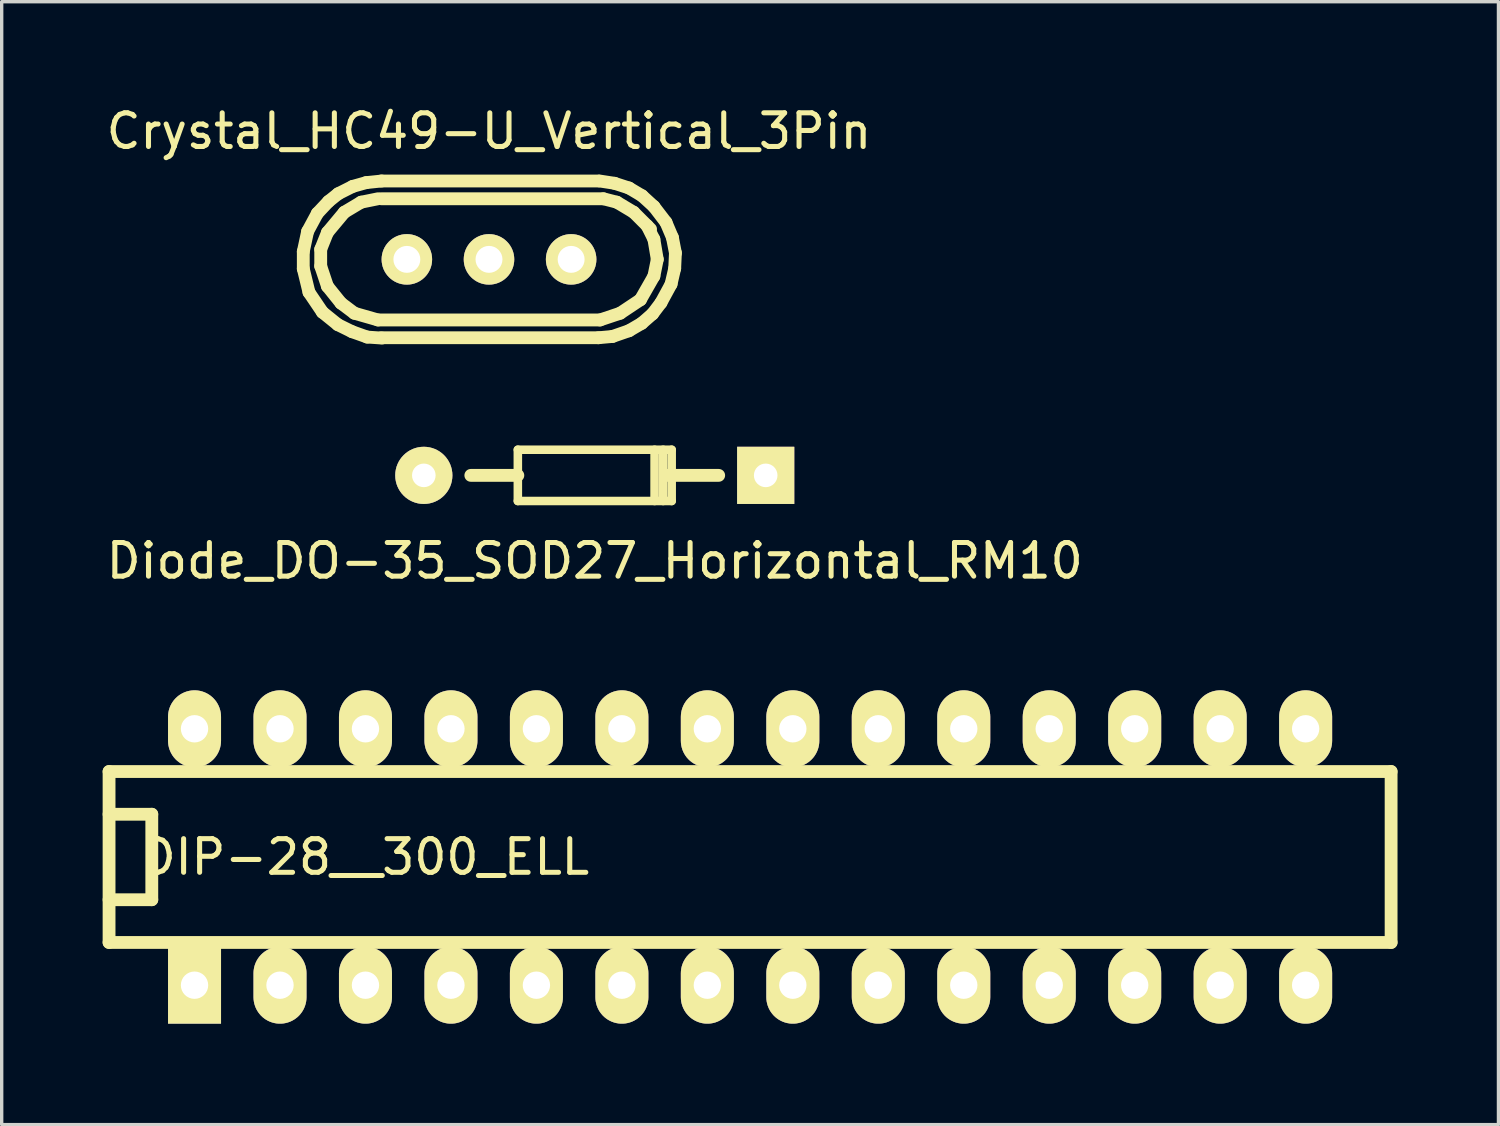
<source format=kicad_pcb>
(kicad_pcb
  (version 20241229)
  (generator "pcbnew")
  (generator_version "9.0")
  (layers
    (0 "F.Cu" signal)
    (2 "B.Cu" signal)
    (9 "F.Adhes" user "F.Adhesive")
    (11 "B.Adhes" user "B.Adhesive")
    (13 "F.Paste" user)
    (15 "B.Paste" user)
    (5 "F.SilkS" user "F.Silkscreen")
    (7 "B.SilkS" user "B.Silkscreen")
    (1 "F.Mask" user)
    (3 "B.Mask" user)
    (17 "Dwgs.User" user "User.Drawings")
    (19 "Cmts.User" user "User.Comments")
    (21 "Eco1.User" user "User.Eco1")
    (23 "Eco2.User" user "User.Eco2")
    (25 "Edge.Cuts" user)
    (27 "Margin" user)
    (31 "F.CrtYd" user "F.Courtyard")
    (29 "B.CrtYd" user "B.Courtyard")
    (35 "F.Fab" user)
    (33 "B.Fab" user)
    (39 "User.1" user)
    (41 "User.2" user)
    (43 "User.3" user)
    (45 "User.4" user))
  (footprint "DIP-28__300_ELL"
    (layer "F.Cu")
    (at 19.241 22.418)
    (property "Reference" "DIP-28__300_ELL" (at -11.43 0 0) (layer "F.SilkS") (effects (font (size 1 1) (thickness 0.15))))
    (attr through_hole)
    (fp_line (start -19.05 -2.54) (end 19.05 -2.54) (stroke (width 0.381) (type solid)) (layer "F.SilkS"))
    (fp_line (start -19.05 -1.27) (end -17.78 -1.27) (stroke (width 0.381) (type solid)) (layer "F.SilkS"))
    (fp_line (start -19.05 2.54) (end -19.05 -2.54) (stroke (width 0.381) (type solid)) (layer "F.SilkS"))
    (fp_line (start -17.78 -1.27) (end -17.78 1.27) (stroke (width 0.381) (type solid)) (layer "F.SilkS"))
    (fp_line (start -17.78 1.27) (end -19.05 1.27) (stroke (width 0.381) (type solid)) (layer "F.SilkS"))
    (fp_line (start 19.05 -2.54) (end 19.05 2.54) (stroke (width 0.381) (type solid)) (layer "F.SilkS"))
    (fp_line (start 19.05 2.54) (end -19.05 2.54) (stroke (width 0.381) (type solid)) (layer "F.SilkS"))
    (pad "1" thru_hole rect (at -16.51 3.81) (size 1.575 2.286) (drill 0.813) (layers "*.Cu" "*.Mask" "F.SilkS"))
    (pad "2" thru_hole oval (at -13.97 3.81) (size 1.575 2.286) (drill 0.813) (layers "*.Cu" "*.Mask" "F.SilkS"))
    (pad "3" thru_hole oval (at -11.43 3.81) (size 1.575 2.286) (drill 0.813) (layers "*.Cu" "*.Mask" "F.SilkS"))
    (pad "4" thru_hole oval (at -8.89 3.81) (size 1.575 2.286) (drill 0.813) (layers "*.Cu" "*.Mask" "F.SilkS"))
    (pad "5" thru_hole oval (at -6.35 3.81) (size 1.575 2.286) (drill 0.813) (layers "*.Cu" "*.Mask" "F.SilkS"))
    (pad "6" thru_hole oval (at -3.81 3.81) (size 1.575 2.286) (drill 0.813) (layers "*.Cu" "*.Mask" "F.SilkS"))
    (pad "7" thru_hole oval (at -1.27 3.81) (size 1.575 2.286) (drill 0.813) (layers "*.Cu" "*.Mask" "F.SilkS"))
    (pad "8" thru_hole oval (at 1.27 3.81) (size 1.575 2.286) (drill 0.813) (layers "*.Cu" "*.Mask" "F.SilkS"))
    (pad "9" thru_hole oval (at 3.81 3.81) (size 1.575 2.286) (drill 0.813) (layers "*.Cu" "*.Mask" "F.SilkS"))
    (pad "10" thru_hole oval (at 6.35 3.81) (size 1.575 2.286) (drill 0.813) (layers "*.Cu" "*.Mask" "F.SilkS"))
    (pad "11" thru_hole oval (at 8.89 3.81) (size 1.575 2.286) (drill 0.813) (layers "*.Cu" "*.Mask" "F.SilkS"))
    (pad "12" thru_hole oval (at 11.43 3.81) (size 1.575 2.286) (drill 0.813) (layers "*.Cu" "*.Mask" "F.SilkS"))
    (pad "13" thru_hole oval (at 13.97 3.81) (size 1.575 2.286) (drill 0.813) (layers "*.Cu" "*.Mask" "F.SilkS"))
    (pad "14" thru_hole oval (at 16.51 3.81) (size 1.575 2.286) (drill 0.813) (layers "*.Cu" "*.Mask" "F.SilkS"))
    (pad "15" thru_hole oval (at 16.51 -3.81) (size 1.575 2.286) (drill 0.813) (layers "*.Cu" "*.Mask" "F.SilkS"))
    (pad "16" thru_hole oval (at 13.97 -3.81) (size 1.575 2.286) (drill 0.813) (layers "*.Cu" "*.Mask" "F.SilkS"))
    (pad "17" thru_hole oval (at 11.43 -3.81) (size 1.575 2.286) (drill 0.813) (layers "*.Cu" "*.Mask" "F.SilkS"))
    (pad "18" thru_hole oval (at 8.89 -3.81) (size 1.575 2.286) (drill 0.813) (layers "*.Cu" "*.Mask" "F.SilkS"))
    (pad "19" thru_hole oval (at 6.35 -3.81) (size 1.575 2.286) (drill 0.813) (layers "*.Cu" "*.Mask" "F.SilkS"))
    (pad "20" thru_hole oval (at 3.81 -3.81) (size 1.575 2.286) (drill 0.813) (layers "*.Cu" "*.Mask" "F.SilkS"))
    (pad "21" thru_hole oval (at 1.27 -3.81) (size 1.575 2.286) (drill 0.813) (layers "*.Cu" "*.Mask" "F.SilkS"))
    (pad "22" thru_hole oval (at -1.27 -3.81) (size 1.575 2.286) (drill 0.813) (layers "*.Cu" "*.Mask" "F.SilkS"))
    (pad "23" thru_hole oval (at -3.81 -3.81) (size 1.575 2.286) (drill 0.813) (layers "*.Cu" "*.Mask" "F.SilkS"))
    (pad "24" thru_hole oval (at -6.35 -3.81) (size 1.575 2.286) (drill 0.813) (layers "*.Cu" "*.Mask" "F.SilkS"))
    (pad "25" thru_hole oval (at -8.89 -3.81) (size 1.575 2.286) (drill 0.813) (layers "*.Cu" "*.Mask" "F.SilkS"))
    (pad "26" thru_hole oval (at -11.43 -3.81) (size 1.575 2.286) (drill 0.813) (layers "*.Cu" "*.Mask" "F.SilkS"))
    (pad "27" thru_hole oval (at -13.97 -3.81) (size 1.575 2.286) (drill 0.813) (layers "*.Cu" "*.Mask" "F.SilkS"))
    (pad "28" thru_hole oval (at -16.51 -3.81) (size 1.575 2.286) (drill 0.813) (layers "*.Cu" "*.Mask" "F.SilkS")))
  (footprint "Diode_DO-35_SOD27_Horizontal_RM10"
    (layer "F.Cu")
    (at 14.625 11.077)
    (property "Reference" "Diode_DO-35_SOD27_Horizontal_RM10" (at 0 2.54 0) (layer "F.SilkS") (effects (font (size 1 1) (thickness 0.15))))
    (attr through_hole)
    (fp_line (start -2.286 -0.762) (end 2.286 -0.762) (stroke (width 0.254) (type solid)) (layer "F.SilkS"))
    (fp_line (start -2.286 0) (end -3.683 0) (stroke (width 0.381) (type solid)) (layer "F.SilkS"))
    (fp_line (start -2.286 0.762) (end -2.286 -0.762) (stroke (width 0.254) (type solid)) (layer "F.SilkS"))
    (fp_line (start 1.778 -0.762) (end 1.778 0.762) (stroke (width 0.254) (type solid)) (layer "F.SilkS"))
    (fp_line (start 2.032 -0.762) (end 2.032 0.762) (stroke (width 0.254) (type solid)) (layer "F.SilkS"))
    (fp_line (start 2.159 0) (end 3.683 0) (stroke (width 0.381) (type solid)) (layer "F.SilkS"))
    (fp_line (start 2.286 -0.762) (end 2.286 0) (stroke (width 0.254) (type solid)) (layer "F.SilkS"))
    (fp_line (start 2.286 0) (end 2.286 0.762) (stroke (width 0.254) (type solid)) (layer "F.SilkS"))
    (fp_line (start 2.286 0.762) (end -2.286 0.762) (stroke (width 0.254) (type solid)) (layer "F.SilkS"))
    (pad "1" thru_hole circle (at -5.08 0) (size 1.699 1.699) (drill 0.701) (layers "*.Cu" "*.Mask" "F.SilkS"))
    (pad "2" thru_hole rect (at 5.08 0) (size 1.699 1.699) (drill 0.701) (layers "*.Cu" "*.Mask" "F.SilkS")))
  (footprint "Crystal_HC49-U_Vertical_3Pin"
    (layer "F.Cu")
    (at 11.482 4.658)
    (property "Reference" "Crystal_HC49-U_Vertical_3Pin" (at 0 -3.81 0) (layer "F.SilkS") (effects (font (size 1 1) (thickness 0.15))))
    (attr through_hole)
    (fp_line (start -5.519 -0.231) (end -5.519 0.279) (stroke (width 0.381) (type solid)) (layer "F.SilkS"))
    (fp_line (start -5.519 0.279) (end -5.349 0.98) (stroke (width 0.381) (type solid)) (layer "F.SilkS"))
    (fp_line (start -5.39 -0.831) (end -5.519 -0.231) (stroke (width 0.381) (type solid)) (layer "F.SilkS"))
    (fp_line (start -5.349 0.98) (end -4.95 1.57) (stroke (width 0.381) (type solid)) (layer "F.SilkS"))
    (fp_line (start -5.1 -1.369) (end -5.39 -0.831) (stroke (width 0.381) (type solid)) (layer "F.SilkS"))
    (fp_line (start -5.001 -0.3) (end -4.801 -0.8) (stroke (width 0.381) (type solid)) (layer "F.SilkS"))
    (fp_line (start -5.001 0.201) (end -5.001 -0.3) (stroke (width 0.381) (type solid)) (layer "F.SilkS"))
    (fp_line (start -4.95 1.57) (end -4.491 1.941) (stroke (width 0.381) (type solid)) (layer "F.SilkS"))
    (fp_line (start -4.801 -0.8) (end -4.3 -1.4) (stroke (width 0.381) (type solid)) (layer "F.SilkS"))
    (fp_line (start -4.801 0.8) (end -5.001 0.201) (stroke (width 0.381) (type solid)) (layer "F.SilkS"))
    (fp_line (start -4.77 -1.72) (end -5.1 -1.369) (stroke (width 0.381) (type solid)) (layer "F.SilkS"))
    (fp_line (start -4.491 1.941) (end -4.069 2.149) (stroke (width 0.381) (type solid)) (layer "F.SilkS"))
    (fp_line (start -4.481 -1.951) (end -4.77 -1.72) (stroke (width 0.381) (type solid)) (layer "F.SilkS"))
    (fp_line (start -4.399 1.3) (end -4.801 0.8) (stroke (width 0.381) (type solid)) (layer "F.SilkS"))
    (fp_line (start -4.3 -1.4) (end -3.8 -1.699) (stroke (width 0.381) (type solid)) (layer "F.SilkS"))
    (fp_line (start -4.069 2.149) (end -3.619 2.309) (stroke (width 0.381) (type solid)) (layer "F.SilkS"))
    (fp_line (start -4.049 -2.169) (end -4.481 -1.951) (stroke (width 0.381) (type solid)) (layer "F.SilkS"))
    (fp_line (start -4 1.6) (end -4.399 1.3) (stroke (width 0.381) (type solid)) (layer "F.SilkS"))
    (fp_line (start -3.8 -1.699) (end -3.299 -1.801) (stroke (width 0.381) (type solid)) (layer "F.SilkS"))
    (fp_line (start -3.65 -2.281) (end -4.049 -2.169) (stroke (width 0.381) (type solid)) (layer "F.SilkS"))
    (fp_line (start -3.619 2.309) (end -3.18 2.339) (stroke (width 0.381) (type solid)) (layer "F.SilkS"))
    (fp_line (start -3.299 1.801) (end -4 1.6) (stroke (width 0.381) (type solid)) (layer "F.SilkS"))
    (fp_line (start -3.2 -2.329) (end 3.251 -2.329) (stroke (width 0.381) (type solid)) (layer "F.SilkS"))
    (fp_line (start -3.2 -1.801) (end 3.401 -1.801) (stroke (width 0.381) (type solid)) (layer "F.SilkS"))
    (fp_line (start -3.2 2.329) (end 3.251 2.329) (stroke (width 0.381) (type solid)) (layer "F.SilkS"))
    (fp_line (start -3.19 -2.329) (end -3.65 -2.281) (stroke (width 0.381) (type solid)) (layer "F.SilkS"))
    (fp_line (start 3.251 2.329) (end 3.67 2.291) (stroke (width 0.381) (type solid)) (layer "F.SilkS"))
    (fp_line (start 3.299 1.801) (end -3.299 1.801) (stroke (width 0.381) (type solid)) (layer "F.SilkS"))
    (fp_line (start 3.401 -1.801) (end 3.8 -1.699) (stroke (width 0.381) (type solid)) (layer "F.SilkS"))
    (fp_line (start 3.67 2.291) (end 4.161 2.121) (stroke (width 0.381) (type solid)) (layer "F.SilkS"))
    (fp_line (start 3.731 -2.261) (end 3.289 -2.329) (stroke (width 0.381) (type solid)) (layer "F.SilkS"))
    (fp_line (start 3.8 -1.699) (end 4.3 -1.4) (stroke (width 0.381) (type solid)) (layer "F.SilkS"))
    (fp_line (start 3.899 1.6) (end 3.299 1.801) (stroke (width 0.381) (type solid)) (layer "F.SilkS"))
    (fp_line (start 4.161 -2.121) (end 3.731 -2.261) (stroke (width 0.381) (type solid)) (layer "F.SilkS"))
    (fp_line (start 4.161 2.121) (end 4.539 1.9) (stroke (width 0.381) (type solid)) (layer "F.SilkS"))
    (fp_line (start 4.3 -1.4) (end 4.801 -0.899) (stroke (width 0.381) (type solid)) (layer "F.SilkS"))
    (fp_line (start 4.501 1.199) (end 3.899 1.6) (stroke (width 0.381) (type solid)) (layer "F.SilkS"))
    (fp_line (start 4.539 1.9) (end 4.859 1.621) (stroke (width 0.381) (type solid)) (layer "F.SilkS"))
    (fp_line (start 4.549 -1.89) (end 4.161 -2.121) (stroke (width 0.381) (type solid)) (layer "F.SilkS"))
    (fp_line (start 4.699 -1.001) (end 4.9 -0.599) (stroke (width 0.381) (type solid)) (layer "F.SilkS"))
    (fp_line (start 4.859 1.621) (end 5.11 1.29) (stroke (width 0.381) (type solid)) (layer "F.SilkS"))
    (fp_line (start 4.9 -1.57) (end 4.549 -1.89) (stroke (width 0.381) (type solid)) (layer "F.SilkS"))
    (fp_line (start 4.9 -0.599) (end 5.001 0) (stroke (width 0.381) (type solid)) (layer "F.SilkS"))
    (fp_line (start 4.9 0.5) (end 4.501 1.199) (stroke (width 0.381) (type solid)) (layer "F.SilkS"))
    (fp_line (start 5.001 0) (end 4.9 0.5) (stroke (width 0.381) (type solid)) (layer "F.SilkS"))
    (fp_line (start 5.11 1.29) (end 5.41 0.739) (stroke (width 0.381) (type solid)) (layer "F.SilkS"))
    (fp_line (start 5.26 -1.1) (end 4.9 -1.57) (stroke (width 0.381) (type solid)) (layer "F.SilkS"))
    (fp_line (start 5.41 0.739) (end 5.519 0.269) (stroke (width 0.381) (type solid)) (layer "F.SilkS"))
    (fp_line (start 5.451 -0.65) (end 5.26 -1.1) (stroke (width 0.381) (type solid)) (layer "F.SilkS"))
    (fp_line (start 5.519 0.269) (end 5.54 -0.191) (stroke (width 0.381) (type solid)) (layer "F.SilkS"))
    (fp_line (start 5.54 -0.191) (end 5.451 -0.65) (stroke (width 0.381) (type solid)) (layer "F.SilkS"))
    (pad "1" thru_hole circle (at -2.441 0) (size 1.501 1.501) (drill 0.8) (layers "*.Cu" "*.Mask" "F.SilkS"))
    (pad "2" thru_hole circle (at 2.441 0) (size 1.501 1.501) (drill 0.8) (layers "*.Cu" "*.Mask" "F.SilkS"))
    (pad "3" thru_hole circle (at 0 0) (size 1.501 1.501) (drill 0.8) (layers "*.Cu" "*.Mask" "F.SilkS")))
  (gr_rect
    (start -3 -3)
    (end 41.481 30.371)
    (stroke (width 0.1) (type default))
    (fill no)
    (layer "Edge.Cuts")))
</source>
